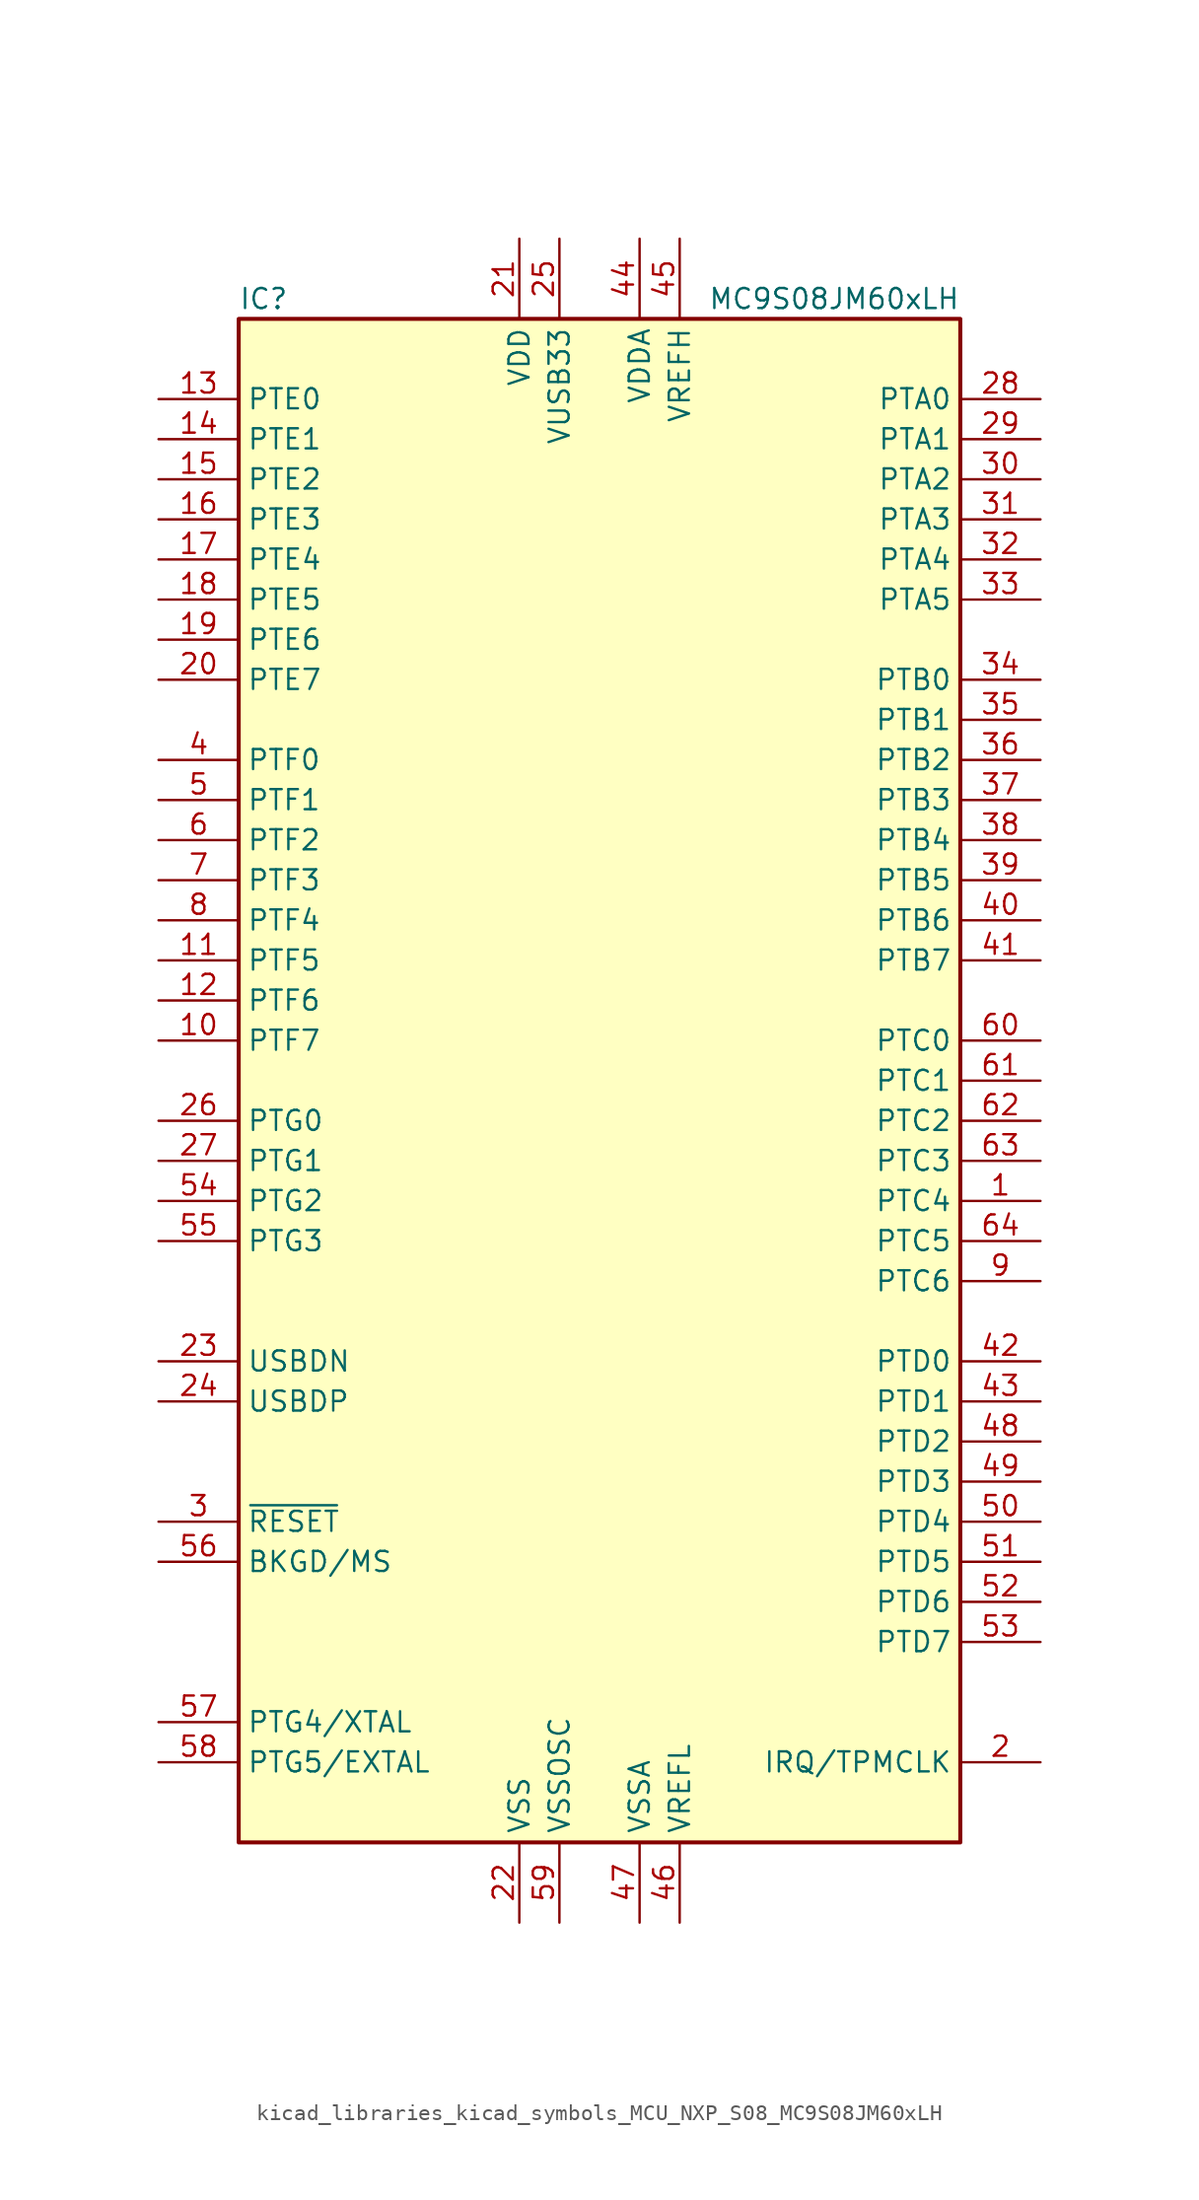
<source format=kicad_sym>
(kicad_symbol_lib
  (version 20220914)
  (generator kicad_symbol_editor)
  (symbol "kicad_libraries_kicad_symbols_MCU_NXP_S08_MC9S08JM60xLH"
    (property "Reference" "IC"
      (at -22.86 49.53 0)
      (effects (font (size 1.27 1.27)) (justify left)))
    (property "Value" "MC9S08JM60xLH"
      (at 22.86 49.53 0)
      (effects (font (size 1.27 1.27)) (justify right)))
    (symbol "kicad_libraries_kicad_symbols_MCU_NXP_S08_MC9S08JM60xLH_0_1"
      (rectangle (start -22.86 48.26) (end 22.86 -48.26) (stroke (width 0.254) (type default)) (fill (type background))))
    (symbol "kicad_libraries_kicad_symbols_MCU_NXP_S08_MC9S08JM60xLH_1_1"
      (pin bidirectional line (at 27.94 -7.62 180) (length 5.08) (name "PTC4" (effects (font (size 1.27 1.27)))) (number "1" (effects (font (size 1.27 1.27)))))
      (pin bidirectional line (at -27.94 2.54 0) (length 5.08) (name "PTF7" (effects (font (size 1.27 1.27)))) (number "10" (effects (font (size 1.27 1.27)))))
      (pin bidirectional line (at -27.94 7.62 0) (length 5.08) (name "PTF5" (effects (font (size 1.27 1.27)))) (number "11" (effects (font (size 1.27 1.27)))))
      (pin bidirectional line (at -27.94 5.08 0) (length 5.08) (name "PTF6" (effects (font (size 1.27 1.27)))) (number "12" (effects (font (size 1.27 1.27)))))
      (pin bidirectional line (at -27.94 43.18 0) (length 5.08) (name "PTE0" (effects (font (size 1.27 1.27)))) (number "13" (effects (font (size 1.27 1.27)))))
      (pin bidirectional line (at -27.94 40.64 0) (length 5.08) (name "PTE1" (effects (font (size 1.27 1.27)))) (number "14" (effects (font (size 1.27 1.27)))))
      (pin bidirectional line (at -27.94 38.1 0) (length 5.08) (name "PTE2" (effects (font (size 1.27 1.27)))) (number "15" (effects (font (size 1.27 1.27)))))
      (pin bidirectional line (at -27.94 35.56 0) (length 5.08) (name "PTE3" (effects (font (size 1.27 1.27)))) (number "16" (effects (font (size 1.27 1.27)))))
      (pin bidirectional line (at -27.94 33.02 0) (length 5.08) (name "PTE4" (effects (font (size 1.27 1.27)))) (number "17" (effects (font (size 1.27 1.27)))))
      (pin bidirectional line (at -27.94 30.48 0) (length 5.08) (name "PTE5" (effects (font (size 1.27 1.27)))) (number "18" (effects (font (size 1.27 1.27)))))
      (pin bidirectional line (at -27.94 27.94 0) (length 5.08) (name "PTE6" (effects (font (size 1.27 1.27)))) (number "19" (effects (font (size 1.27 1.27)))))
      (pin bidirectional line (at 27.94 -43.18 180) (length 5.08) (name "IRQ/TPMCLK" (effects (font (size 1.27 1.27)))) (number "2" (effects (font (size 1.27 1.27)))))
      (pin bidirectional line (at -27.94 25.4 0) (length 5.08) (name "PTE7" (effects (font (size 1.27 1.27)))) (number "20" (effects (font (size 1.27 1.27)))))
      (pin power_in line (at -5.08 53.34 270) (length 5.08) (name "VDD" (effects (font (size 1.27 1.27)))) (number "21" (effects (font (size 1.27 1.27)))))
      (pin power_in line (at -5.08 -53.34 90) (length 5.08) (name "VSS" (effects (font (size 1.27 1.27)))) (number "22" (effects (font (size 1.27 1.27)))))
      (pin bidirectional line (at -27.94 -17.78 0) (length 5.08) (name "USBDN" (effects (font (size 1.27 1.27)))) (number "23" (effects (font (size 1.27 1.27)))))
      (pin bidirectional line (at -27.94 -20.32 0) (length 5.08) (name "USBDP" (effects (font (size 1.27 1.27)))) (number "24" (effects (font (size 1.27 1.27)))))
      (pin power_out line (at -2.54 53.34 270) (length 5.08) (name "VUSB33" (effects (font (size 1.27 1.27)))) (number "25" (effects (font (size 1.27 1.27)))))
      (pin bidirectional line (at -27.94 -2.54 0) (length 5.08) (name "PTG0" (effects (font (size 1.27 1.27)))) (number "26" (effects (font (size 1.27 1.27)))))
      (pin bidirectional line (at -27.94 -5.08 0) (length 5.08) (name "PTG1" (effects (font (size 1.27 1.27)))) (number "27" (effects (font (size 1.27 1.27)))))
      (pin bidirectional line (at 27.94 43.18 180) (length 5.08) (name "PTA0" (effects (font (size 1.27 1.27)))) (number "28" (effects (font (size 1.27 1.27)))))
      (pin bidirectional line (at 27.94 40.64 180) (length 5.08) (name "PTA1" (effects (font (size 1.27 1.27)))) (number "29" (effects (font (size 1.27 1.27)))))
      (pin input line (at -27.94 -27.94 0) (length 5.08) (name "~{RESET}" (effects (font (size 1.27 1.27)))) (number "3" (effects (font (size 1.27 1.27)))))
      (pin bidirectional line (at 27.94 38.1 180) (length 5.08) (name "PTA2" (effects (font (size 1.27 1.27)))) (number "30" (effects (font (size 1.27 1.27)))))
      (pin bidirectional line (at 27.94 35.56 180) (length 5.08) (name "PTA3" (effects (font (size 1.27 1.27)))) (number "31" (effects (font (size 1.27 1.27)))))
      (pin bidirectional line (at 27.94 33.02 180) (length 5.08) (name "PTA4" (effects (font (size 1.27 1.27)))) (number "32" (effects (font (size 1.27 1.27)))))
      (pin bidirectional line (at 27.94 30.48 180) (length 5.08) (name "PTA5" (effects (font (size 1.27 1.27)))) (number "33" (effects (font (size 1.27 1.27)))))
      (pin bidirectional line (at 27.94 25.4 180) (length 5.08) (name "PTB0" (effects (font (size 1.27 1.27)))) (number "34" (effects (font (size 1.27 1.27)))))
      (pin bidirectional line (at 27.94 22.86 180) (length 5.08) (name "PTB1" (effects (font (size 1.27 1.27)))) (number "35" (effects (font (size 1.27 1.27)))))
      (pin bidirectional line (at 27.94 20.32 180) (length 5.08) (name "PTB2" (effects (font (size 1.27 1.27)))) (number "36" (effects (font (size 1.27 1.27)))))
      (pin bidirectional line (at 27.94 17.78 180) (length 5.08) (name "PTB3" (effects (font (size 1.27 1.27)))) (number "37" (effects (font (size 1.27 1.27)))))
      (pin bidirectional line (at 27.94 15.24 180) (length 5.08) (name "PTB4" (effects (font (size 1.27 1.27)))) (number "38" (effects (font (size 1.27 1.27)))))
      (pin bidirectional line (at 27.94 12.7 180) (length 5.08) (name "PTB5" (effects (font (size 1.27 1.27)))) (number "39" (effects (font (size 1.27 1.27)))))
      (pin bidirectional line (at -27.94 20.32 0) (length 5.08) (name "PTF0" (effects (font (size 1.27 1.27)))) (number "4" (effects (font (size 1.27 1.27)))))
      (pin bidirectional line (at 27.94 10.16 180) (length 5.08) (name "PTB6" (effects (font (size 1.27 1.27)))) (number "40" (effects (font (size 1.27 1.27)))))
      (pin bidirectional line (at 27.94 7.62 180) (length 5.08) (name "PTB7" (effects (font (size 1.27 1.27)))) (number "41" (effects (font (size 1.27 1.27)))))
      (pin bidirectional line (at 27.94 -17.78 180) (length 5.08) (name "PTD0" (effects (font (size 1.27 1.27)))) (number "42" (effects (font (size 1.27 1.27)))))
      (pin bidirectional line (at 27.94 -20.32 180) (length 5.08) (name "PTD1" (effects (font (size 1.27 1.27)))) (number "43" (effects (font (size 1.27 1.27)))))
      (pin power_in line (at 2.54 53.34 270) (length 5.08) (name "VDDA" (effects (font (size 1.27 1.27)))) (number "44" (effects (font (size 1.27 1.27)))))
      (pin power_in line (at 5.08 53.34 270) (length 5.08) (name "VREFH" (effects (font (size 1.27 1.27)))) (number "45" (effects (font (size 1.27 1.27)))))
      (pin power_in line (at 5.08 -53.34 90) (length 5.08) (name "VREFL" (effects (font (size 1.27 1.27)))) (number "46" (effects (font (size 1.27 1.27)))))
      (pin power_in line (at 2.54 -53.34 90) (length 5.08) (name "VSSA" (effects (font (size 1.27 1.27)))) (number "47" (effects (font (size 1.27 1.27)))))
      (pin bidirectional line (at 27.94 -22.86 180) (length 5.08) (name "PTD2" (effects (font (size 1.27 1.27)))) (number "48" (effects (font (size 1.27 1.27)))))
      (pin bidirectional line (at 27.94 -25.4 180) (length 5.08) (name "PTD3" (effects (font (size 1.27 1.27)))) (number "49" (effects (font (size 1.27 1.27)))))
      (pin bidirectional line (at -27.94 17.78 0) (length 5.08) (name "PTF1" (effects (font (size 1.27 1.27)))) (number "5" (effects (font (size 1.27 1.27)))))
      (pin bidirectional line (at 27.94 -27.94 180) (length 5.08) (name "PTD4" (effects (font (size 1.27 1.27)))) (number "50" (effects (font (size 1.27 1.27)))))
      (pin bidirectional line (at 27.94 -30.48 180) (length 5.08) (name "PTD5" (effects (font (size 1.27 1.27)))) (number "51" (effects (font (size 1.27 1.27)))))
      (pin bidirectional line (at 27.94 -33.02 180) (length 5.08) (name "PTD6" (effects (font (size 1.27 1.27)))) (number "52" (effects (font (size 1.27 1.27)))))
      (pin bidirectional line (at 27.94 -35.56 180) (length 5.08) (name "PTD7" (effects (font (size 1.27 1.27)))) (number "53" (effects (font (size 1.27 1.27)))))
      (pin bidirectional line (at -27.94 -7.62 0) (length 5.08) (name "PTG2" (effects (font (size 1.27 1.27)))) (number "54" (effects (font (size 1.27 1.27)))))
      (pin bidirectional line (at -27.94 -10.16 0) (length 5.08) (name "PTG3" (effects (font (size 1.27 1.27)))) (number "55" (effects (font (size 1.27 1.27)))))
      (pin bidirectional line (at -27.94 -30.48 0) (length 5.08) (name "BKGD/MS" (effects (font (size 1.27 1.27)))) (number "56" (effects (font (size 1.27 1.27)))))
      (pin bidirectional line (at -27.94 -40.64 0) (length 5.08) (name "PTG4/XTAL" (effects (font (size 1.27 1.27)))) (number "57" (effects (font (size 1.27 1.27)))))
      (pin bidirectional line (at -27.94 -43.18 0) (length 5.08) (name "PTG5/EXTAL" (effects (font (size 1.27 1.27)))) (number "58" (effects (font (size 1.27 1.27)))))
      (pin power_in line (at -2.54 -53.34 90) (length 5.08) (name "VSSOSC" (effects (font (size 1.27 1.27)))) (number "59" (effects (font (size 1.27 1.27)))))
      (pin bidirectional line (at -27.94 15.24 0) (length 5.08) (name "PTF2" (effects (font (size 1.27 1.27)))) (number "6" (effects (font (size 1.27 1.27)))))
      (pin bidirectional line (at 27.94 2.54 180) (length 5.08) (name "PTC0" (effects (font (size 1.27 1.27)))) (number "60" (effects (font (size 1.27 1.27)))))
      (pin bidirectional line (at 27.94 0 180) (length 5.08) (name "PTC1" (effects (font (size 1.27 1.27)))) (number "61" (effects (font (size 1.27 1.27)))))
      (pin bidirectional line (at 27.94 -2.54 180) (length 5.08) (name "PTC2" (effects (font (size 1.27 1.27)))) (number "62" (effects (font (size 1.27 1.27)))))
      (pin bidirectional line (at 27.94 -5.08 180) (length 5.08) (name "PTC3" (effects (font (size 1.27 1.27)))) (number "63" (effects (font (size 1.27 1.27)))))
      (pin bidirectional line (at 27.94 -10.16 180) (length 5.08) (name "PTC5" (effects (font (size 1.27 1.27)))) (number "64" (effects (font (size 1.27 1.27)))))
      (pin bidirectional line (at -27.94 12.7 0) (length 5.08) (name "PTF3" (effects (font (size 1.27 1.27)))) (number "7" (effects (font (size 1.27 1.27)))))
      (pin bidirectional line (at -27.94 10.16 0) (length 5.08) (name "PTF4" (effects (font (size 1.27 1.27)))) (number "8" (effects (font (size 1.27 1.27)))))
      (pin bidirectional line (at 27.94 -12.7 180) (length 5.08) (name "PTC6" (effects (font (size 1.27 1.27)))) (number "9" (effects (font (size 1.27 1.27))))))))
</source>
